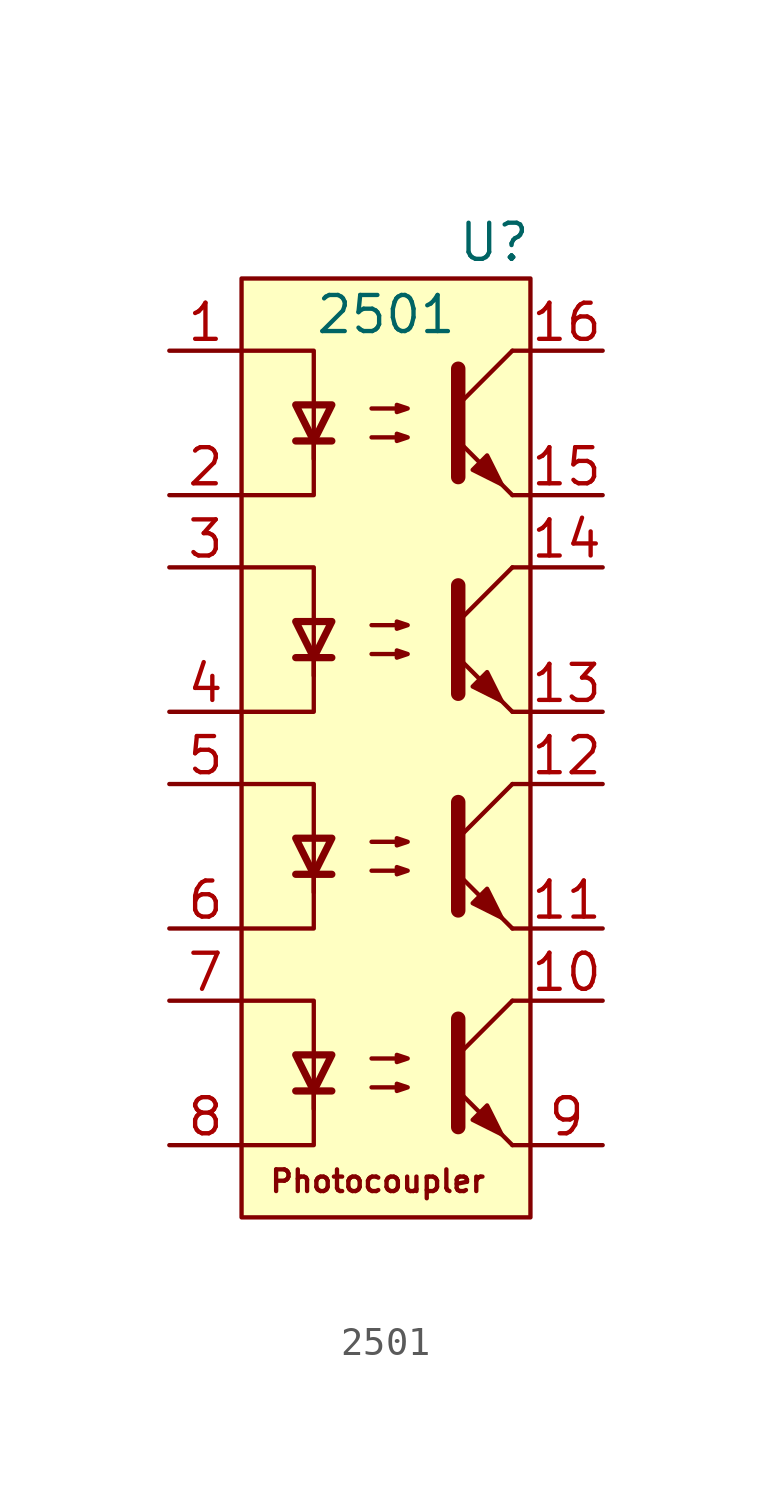
<source format=kicad_sym>
(kicad_symbol_lib
  (version 20211014)
  (generator kicad_symbol_editor)
  (symbol "2501"
    (pin_names
      (offset 1.016))
    (property "Reference" "U"
      (at 3.81 12.7 0)
      (effects (font (size 1.27 1.27))))
    (property "Value" "2501"
      (at 0 10.16 0)
      (effects (font (size 1.27 1.27))))
    (symbol "2501_0_0"
      (text "Photocoupler " (at 0 -20.32 0) (effects (font (size 0.762 0.762)))))
    (symbol "2501_0_1"
      (rectangle (start -5.08 11.43) (end 5.08 -21.59) (stroke (width 0) (type default) (color 0 0 0 0)) (fill (type background))))
    (symbol "2501_1_1"
      (polyline (pts (xy -3.175 -17.145) (xy -1.905 -17.145)) (stroke (width 0.254) (type default) (color 0 0 0 0)) (fill (type none)))
      (polyline (pts (xy -3.175 -9.525) (xy -1.905 -9.525)) (stroke (width 0.254) (type default) (color 0 0 0 0)) (fill (type none)))
      (polyline (pts (xy -3.175 -1.905) (xy -1.905 -1.905)) (stroke (width 0.254) (type default) (color 0 0 0 0)) (fill (type none)))
      (polyline (pts (xy -3.175 5.715) (xy -1.905 5.715)) (stroke (width 0.254) (type default) (color 0 0 0 0)) (fill (type none)))
      (polyline (pts (xy 2.54 -15.875) (xy 4.445 -13.97)) (stroke (width 0) (type default) (color 0 0 0 0)) (fill (type none)))
      (polyline (pts (xy 2.54 -8.255) (xy 4.445 -6.35)) (stroke (width 0) (type default) (color 0 0 0 0)) (fill (type none)))
      (polyline (pts (xy 2.54 -0.635) (xy 4.445 1.27)) (stroke (width 0) (type default) (color 0 0 0 0)) (fill (type none)))
      (polyline (pts (xy 2.54 6.985) (xy 4.445 8.89)) (stroke (width 0) (type default) (color 0 0 0 0)) (fill (type none)))
      (polyline (pts (xy 4.445 -19.05) (xy 2.54 -17.145)) (stroke (width 0) (type default) (color 0 0 0 0)) (fill (type outline)))
      (polyline (pts (xy 4.445 -19.05) (xy 5.08 -19.05)) (stroke (width 0) (type default) (color 0 0 0 0)) (fill (type none)))
      (polyline (pts (xy 4.445 -13.97) (xy 5.08 -13.97)) (stroke (width 0) (type default) (color 0 0 0 0)) (fill (type none)))
      (polyline (pts (xy 4.445 -11.43) (xy 2.54 -9.525)) (stroke (width 0) (type default) (color 0 0 0 0)) (fill (type outline)))
      (polyline (pts (xy 4.445 -11.43) (xy 5.08 -11.43)) (stroke (width 0) (type default) (color 0 0 0 0)) (fill (type none)))
      (polyline (pts (xy 4.445 -6.35) (xy 5.08 -6.35)) (stroke (width 0) (type default) (color 0 0 0 0)) (fill (type none)))
      (polyline (pts (xy 4.445 -3.81) (xy 2.54 -1.905)) (stroke (width 0) (type default) (color 0 0 0 0)) (fill (type outline)))
      (polyline (pts (xy 4.445 -3.81) (xy 5.08 -3.81)) (stroke (width 0) (type default) (color 0 0 0 0)) (fill (type none)))
      (polyline (pts (xy 4.445 1.27) (xy 5.08 1.27)) (stroke (width 0) (type default) (color 0 0 0 0)) (fill (type none)))
      (polyline (pts (xy 4.445 3.81) (xy 2.54 5.715)) (stroke (width 0) (type default) (color 0 0 0 0)) (fill (type outline)))
      (polyline (pts (xy 4.445 3.81) (xy 5.08 3.81)) (stroke (width 0) (type default) (color 0 0 0 0)) (fill (type none)))
      (polyline (pts (xy 4.445 8.89) (xy 5.08 8.89)) (stroke (width 0) (type default) (color 0 0 0 0)) (fill (type none)))
      (polyline (pts (xy -2.54 -17.145) (xy -2.54 -19.05) (xy -5.08 -19.05)) (stroke (width 0) (type default) (color 0 0 0 0)) (fill (type none)))
      (polyline (pts (xy -2.54 -9.525) (xy -2.54 -11.43) (xy -5.08 -11.43)) (stroke (width 0) (type default) (color 0 0 0 0)) (fill (type none)))
      (polyline (pts (xy -2.54 -1.905) (xy -2.54 -3.81) (xy -5.08 -3.81)) (stroke (width 0) (type default) (color 0 0 0 0)) (fill (type none)))
      (polyline (pts (xy -2.54 5.715) (xy -2.54 3.81) (xy -5.08 3.81)) (stroke (width 0) (type default) (color 0 0 0 0)) (fill (type none)))
      (polyline (pts (xy 2.54 -14.605) (xy 2.54 -18.415) (xy 2.54 -18.415)) (stroke (width 0.508) (type default) (color 0 0 0 0)) (fill (type none)))
      (polyline (pts (xy 2.54 -6.985) (xy 2.54 -10.795) (xy 2.54 -10.795)) (stroke (width 0.508) (type default) (color 0 0 0 0)) (fill (type none)))
      (polyline (pts (xy 2.54 0.635) (xy 2.54 -3.175) (xy 2.54 -3.175)) (stroke (width 0.508) (type default) (color 0 0 0 0)) (fill (type none)))
      (polyline (pts (xy 2.54 8.255) (xy 2.54 4.445) (xy 2.54 4.445)) (stroke (width 0.508) (type default) (color 0 0 0 0)) (fill (type none)))
      (polyline (pts (xy -5.08 -13.97) (xy -2.54 -13.97) (xy -2.54 -17.78) (xy -2.54 -15.875)) (stroke (width 0) (type default) (color 0 0 0 0)) (fill (type none)))
      (polyline (pts (xy -5.08 -6.35) (xy -2.54 -6.35) (xy -2.54 -10.16) (xy -2.54 -8.255)) (stroke (width 0) (type default) (color 0 0 0 0)) (fill (type none)))
      (polyline (pts (xy -5.08 1.27) (xy -2.54 1.27) (xy -2.54 -2.54) (xy -2.54 -0.635)) (stroke (width 0) (type default) (color 0 0 0 0)) (fill (type none)))
      (polyline (pts (xy -5.08 8.89) (xy -2.54 8.89) (xy -2.54 5.08) (xy -2.54 6.985)) (stroke (width 0) (type default) (color 0 0 0 0)) (fill (type none)))
      (polyline (pts (xy -2.54 -17.145) (xy -3.175 -15.875) (xy -1.905 -15.875) (xy -2.54 -17.145)) (stroke (width 0.254) (type default) (color 0 0 0 0)) (fill (type none)))
      (polyline (pts (xy -2.54 -9.525) (xy -3.175 -8.255) (xy -1.905 -8.255) (xy -2.54 -9.525)) (stroke (width 0.254) (type default) (color 0 0 0 0)) (fill (type none)))
      (polyline (pts (xy -2.54 -1.905) (xy -3.175 -0.635) (xy -1.905 -0.635) (xy -2.54 -1.905)) (stroke (width 0.254) (type default) (color 0 0 0 0)) (fill (type none)))
      (polyline (pts (xy -2.54 5.715) (xy -3.175 6.985) (xy -1.905 6.985) (xy -2.54 5.715)) (stroke (width 0.254) (type default) (color 0 0 0 0)) (fill (type none)))
      (polyline (pts (xy -0.508 -17.018) (xy 0.762 -17.018) (xy 0.381 -17.145) (xy 0.381 -16.891) (xy 0.762 -17.018)) (stroke (width 0) (type default) (color 0 0 0 0)) (fill (type none)))
      (polyline (pts (xy -0.508 -16.002) (xy 0.762 -16.002) (xy 0.381 -16.129) (xy 0.381 -15.875) (xy 0.762 -16.002)) (stroke (width 0) (type default) (color 0 0 0 0)) (fill (type none)))
      (polyline (pts (xy -0.508 -9.398) (xy 0.762 -9.398) (xy 0.381 -9.525) (xy 0.381 -9.271) (xy 0.762 -9.398)) (stroke (width 0) (type default) (color 0 0 0 0)) (fill (type none)))
      (polyline (pts (xy -0.508 -8.382) (xy 0.762 -8.382) (xy 0.381 -8.509) (xy 0.381 -8.255) (xy 0.762 -8.382)) (stroke (width 0) (type default) (color 0 0 0 0)) (fill (type none)))
      (polyline (pts (xy -0.508 -1.778) (xy 0.762 -1.778) (xy 0.381 -1.905) (xy 0.381 -1.651) (xy 0.762 -1.778)) (stroke (width 0) (type default) (color 0 0 0 0)) (fill (type none)))
      (polyline (pts (xy -0.508 -0.762) (xy 0.762 -0.762) (xy 0.381 -0.889) (xy 0.381 -0.635) (xy 0.762 -0.762)) (stroke (width 0) (type default) (color 0 0 0 0)) (fill (type none)))
      (polyline (pts (xy -0.508 5.842) (xy 0.762 5.842) (xy 0.381 5.715) (xy 0.381 5.969) (xy 0.762 5.842)) (stroke (width 0) (type default) (color 0 0 0 0)) (fill (type none)))
      (polyline (pts (xy -0.508 6.858) (xy 0.762 6.858) (xy 0.381 6.731) (xy 0.381 6.985) (xy 0.762 6.858)) (stroke (width 0) (type default) (color 0 0 0 0)) (fill (type none)))
      (polyline (pts (xy 3.048 -18.161) (xy 3.556 -17.653) (xy 4.064 -18.669) (xy 3.048 -18.161) (xy 3.048 -18.161)) (stroke (width 0) (type default) (color 0 0 0 0)) (fill (type outline)))
      (polyline (pts (xy 3.048 -10.541) (xy 3.556 -10.033) (xy 4.064 -11.049) (xy 3.048 -10.541) (xy 3.048 -10.541)) (stroke (width 0) (type default) (color 0 0 0 0)) (fill (type outline)))
      (polyline (pts (xy 3.048 -2.921) (xy 3.556 -2.413) (xy 4.064 -3.429) (xy 3.048 -2.921) (xy 3.048 -2.921)) (stroke (width 0) (type default) (color 0 0 0 0)) (fill (type outline)))
      (polyline (pts (xy 3.048 4.699) (xy 3.556 5.207) (xy 4.064 4.191) (xy 3.048 4.699) (xy 3.048 4.699)) (stroke (width 0) (type default) (color 0 0 0 0)) (fill (type outline)))
      (pin passive line (at -7.62 8.89 0) (length 2.54) (name "~" (effects (font (size 1.27 1.27)))) (number "1" (effects (font (size 1.27 1.27)))))
      (pin passive line (at 7.62 -13.97 180) (length 2.54) (name "~" (effects (font (size 1.27 1.27)))) (number "10" (effects (font (size 1.27 1.27)))))
      (pin passive line (at 7.62 -11.43 180) (length 2.54) (name "~" (effects (font (size 1.27 1.27)))) (number "11" (effects (font (size 1.27 1.27)))))
      (pin passive line (at 7.62 -6.35 180) (length 2.54) (name "~" (effects (font (size 1.27 1.27)))) (number "12" (effects (font (size 1.27 1.27)))))
      (pin passive line (at 7.62 -3.81 180) (length 2.54) (name "~" (effects (font (size 1.27 1.27)))) (number "13" (effects (font (size 1.27 1.27)))))
      (pin passive line (at 7.62 1.27 180) (length 2.54) (name "~" (effects (font (size 1.27 1.27)))) (number "14" (effects (font (size 1.27 1.27)))))
      (pin passive line (at 7.62 3.81 180) (length 2.54) (name "~" (effects (font (size 1.27 1.27)))) (number "15" (effects (font (size 1.27 1.27)))))
      (pin passive line (at 7.62 8.89 180) (length 2.54) (name "~" (effects (font (size 1.27 1.27)))) (number "16" (effects (font (size 1.27 1.27)))))
      (pin passive line (at -7.62 3.81 0) (length 2.54) (name "~" (effects (font (size 1.27 1.27)))) (number "2" (effects (font (size 1.27 1.27)))))
      (pin passive line (at -7.62 1.27 0) (length 2.54) (name "~" (effects (font (size 1.27 1.27)))) (number "3" (effects (font (size 1.27 1.27)))))
      (pin passive line (at -7.62 -3.81 0) (length 2.54) (name "~" (effects (font (size 1.27 1.27)))) (number "4" (effects (font (size 1.27 1.27)))))
      (pin passive line (at -7.62 -6.35 0) (length 2.54) (name "~" (effects (font (size 1.27 1.27)))) (number "5" (effects (font (size 1.27 1.27)))))
      (pin passive line (at -7.62 -11.43 0) (length 2.54) (name "~" (effects (font (size 1.27 1.27)))) (number "6" (effects (font (size 1.27 1.27)))))
      (pin passive line (at -7.62 -13.97 0) (length 2.54) (name "~" (effects (font (size 1.27 1.27)))) (number "7" (effects (font (size 1.27 1.27)))))
      (pin passive line (at -7.62 -19.05 0) (length 2.54) (name "~" (effects (font (size 1.27 1.27)))) (number "8" (effects (font (size 1.27 1.27)))))
      (pin passive line (at 7.62 -19.05 180) (length 2.54) (name "~" (effects (font (size 1.27 1.27)))) (number "9" (effects (font (size 1.27 1.27))))))))
</source>
